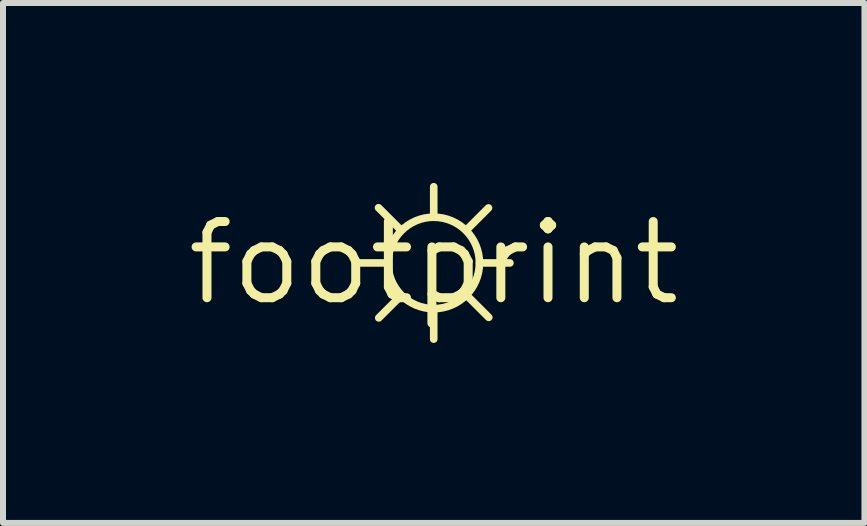
<source format=kicad_pcb>
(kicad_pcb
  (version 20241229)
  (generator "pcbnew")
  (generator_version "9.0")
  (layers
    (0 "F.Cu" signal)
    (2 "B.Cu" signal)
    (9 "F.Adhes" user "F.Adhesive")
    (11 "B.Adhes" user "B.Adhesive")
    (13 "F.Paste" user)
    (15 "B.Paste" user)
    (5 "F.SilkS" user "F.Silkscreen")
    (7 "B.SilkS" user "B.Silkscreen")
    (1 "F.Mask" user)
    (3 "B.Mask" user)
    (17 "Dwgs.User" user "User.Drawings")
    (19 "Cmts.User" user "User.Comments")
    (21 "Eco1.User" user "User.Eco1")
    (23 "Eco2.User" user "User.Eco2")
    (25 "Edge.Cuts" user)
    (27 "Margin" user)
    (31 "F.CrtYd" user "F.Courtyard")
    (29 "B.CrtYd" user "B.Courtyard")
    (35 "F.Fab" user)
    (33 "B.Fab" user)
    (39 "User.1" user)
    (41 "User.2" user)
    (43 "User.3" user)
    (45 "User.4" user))
  (footprint "footprint"
    (layer "F.Cu")
    (at 4.18 1.333)
    (property "Reference" "footprint" (at 0 0 0) (layer "F.SilkS") (effects (font (size 1.27 1.27) (thickness 0.15))))
    (fp_line (start -0.92 -0.92) (end -0.561 -0.561) (stroke (width 0.127) (type solid)) (layer "F.SilkS"))
    (fp_line (start -0.762 0) (end -1.27 0) (stroke (width 0.127) (type solid)) (layer "F.SilkS"))
    (fp_line (start -0.557 0.557) (end -0.916 0.916) (stroke (width 0.127) (type solid)) (layer "F.SilkS"))
    (fp_line (start 0 -0.762) (end 0 -1.27) (stroke (width 0.127) (type solid)) (layer "F.SilkS"))
    (fp_line (start 0 0.762) (end 0 1.27) (stroke (width 0.127) (type solid)) (layer "F.SilkS"))
    (fp_line (start 0.558 0.548) (end 0.917 0.907) (stroke (width 0.127) (type solid)) (layer "F.SilkS"))
    (fp_line (start 0.762 0) (end 1.27 0) (stroke (width 0.127) (type solid)) (layer "F.SilkS"))
    (fp_line (start 0.913 -0.917) (end 0.554 -0.558) (stroke (width 0.127) (type solid)) (layer "F.SilkS"))
    (fp_circle (center 0 0) (end 0.762 0) (stroke (width 0.127) (type solid)) (fill no) (layer "F.SilkS")))
  (gr_rect
    (start -3 -3)
    (end 11.36 5.667)
    (stroke (width 0.1) (type default))
    (fill no)
    (layer "Edge.Cuts")))
</source>
